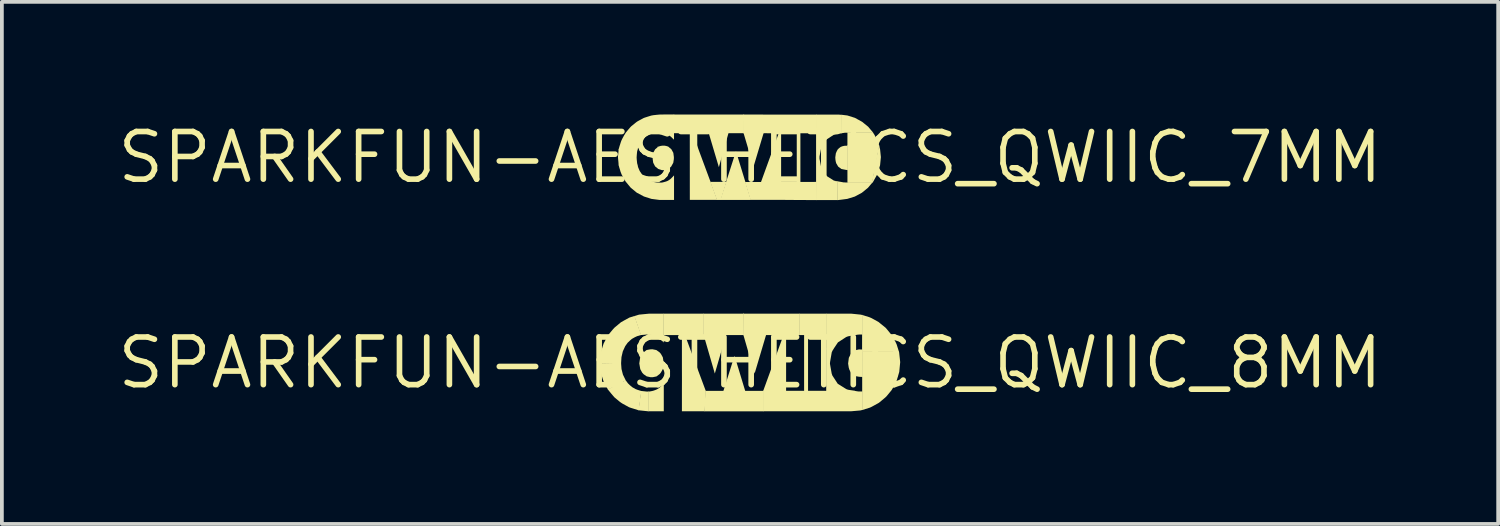
<source format=kicad_pcb>
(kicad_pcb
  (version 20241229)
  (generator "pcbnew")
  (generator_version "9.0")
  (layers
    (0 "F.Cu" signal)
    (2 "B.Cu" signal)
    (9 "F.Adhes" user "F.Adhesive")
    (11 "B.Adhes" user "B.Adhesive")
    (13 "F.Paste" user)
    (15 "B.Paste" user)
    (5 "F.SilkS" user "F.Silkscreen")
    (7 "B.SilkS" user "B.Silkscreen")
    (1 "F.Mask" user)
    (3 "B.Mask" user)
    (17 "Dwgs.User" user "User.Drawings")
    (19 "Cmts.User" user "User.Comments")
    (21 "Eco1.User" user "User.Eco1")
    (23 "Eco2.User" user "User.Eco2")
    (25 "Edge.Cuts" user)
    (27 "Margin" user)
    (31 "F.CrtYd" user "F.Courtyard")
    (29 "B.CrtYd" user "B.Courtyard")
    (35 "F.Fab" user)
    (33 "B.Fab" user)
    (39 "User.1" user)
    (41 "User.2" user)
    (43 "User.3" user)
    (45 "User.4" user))
  (footprint "SPARKFUN-AESTHETICS_QWIIC_8MM"
    (layer "F.Cu")
    (at 16.941 6.622)
    (property "Reference" "SPARKFUN-AESTHETICS_QWIIC_8MM" (at 0 0 0) (layer "F.SilkS") (effects (font (size 1.27 1.27) (thickness 0.15))))
    (fp_poly (pts (xy 0.121 0.286) (xy -0.179 -0.75) (xy 0.429 -0.75)) (stroke (width 0) (type default)) (fill yes) (layer "F.SilkS"))
    (fp_poly (pts (xy -1.231 -0.741) (xy -2.309 -0.741) (xy -2.309 -1.312) (xy -1.231 -1.312)) (stroke (width 0) (type default)) (fill yes) (layer "F.SilkS"))
    (fp_poly (pts (xy -0.407 -0.169) (xy -0.127 0.754) (xy -0.712 0.754) (xy -0.417 -0.179)) (stroke (width 0) (type default)) (fill yes) (layer "F.SilkS"))
    (fp_poly (pts (xy 1.546 0.755) (xy 1.441 0.755) (xy 1.441 -0.752) (xy 1.546 -0.752)) (stroke (width 0) (type default)) (fill yes) (layer "F.SilkS"))
    (fp_poly (pts (xy 2.037 -0.742) (xy 1.315 -0.742) (xy 1.314 -1.311) (xy 2.036 -1.311)) (stroke (width 0) (type default)) (fill yes) (layer "F.SilkS"))
    (fp_poly (pts (xy -0.939 0.284) (xy -1.144 -0.424) (xy -1.144 -0.424) (xy -1.239 -0.751) (xy -0.637 -0.751)) (stroke (width 0) (type default)) (fill yes) (layer "F.SilkS"))
    (fp_poly (pts (xy -0.172 -1.311) (xy 1.325 -1.311) (xy 1.325 -0.741) (xy -0.183 -0.741) (xy -0.183 -1.338)) (stroke (width 0) (type default)) (fill yes) (layer "F.SilkS"))
    (fp_poly (pts (xy 0.371 1.291) (xy -1.218 1.291) (xy -1.19 0.75) (xy -1.186 0.746) (xy 0.371 0.746)) (stroke (width 0) (type default)) (fill yes) (layer "F.SilkS"))
    (fp_poly (pts (xy 0.961 -0.751) (xy 0.961 0.757) (xy 0.347 0.757) (xy 0.894 -0.748) (xy 0.897 -0.752)) (stroke (width 0) (type default)) (fill yes) (layer "F.SilkS"))
    (fp_poly (pts (xy -0.168 -0.742) (xy -1.24 -0.742) (xy -1.24 -1.3) (xy -1.244 -1.3) (xy -1.244 -1.312) (xy -0.173 -1.312)) (stroke (width 0) (type default)) (fill yes) (layer "F.SilkS"))
    (fp_poly (pts (xy -2.746 0.765) (xy -2.705 0.763) (xy -2.705 0.776) (xy -2.706 0.776) (xy -2.706 1.291) (xy -2.973 1.263) (xy -2.905 0.748)) (stroke (width 0) (type default)) (fill yes) (layer "F.SilkS"))
    (fp_poly (pts (xy -1.179 0.75) (xy -1.208 1.29) (xy -1.816 1.29) (xy -1.816 0.74) (xy -1.815 0.467) (xy -1.816 0.111) (xy -1.816 -0.749) (xy -1.737 -0.749)) (stroke (width 0) (type default)) (fill yes) (layer "F.SilkS"))
    (fp_poly (pts (xy 2.996 -0.315) (xy 3.963 -0.316) (xy 3.974 -0.279) (xy 4.002 -0.02) (xy 3.977 0.24) (xy 3.937 0.377) (xy 2.987 0.378) (xy 2.987 -0.32)) (stroke (width 0) (type default)) (fill yes) (layer "F.SilkS"))
    (fp_poly (pts (xy 2.806 -0.741) (xy 2.613 -0.708) (xy 2.562 -0.689) (xy 2.343 -0.547) (xy 2.222 -0.367) (xy 2.03 -0.367) (xy 2.03 -0.747) (xy 2.035 -0.752) (xy 2.805 -0.752)) (stroke (width 0) (type default)) (fill yes) (layer "F.SilkS"))
    (fp_poly (pts (xy 2.942 -1.287) (xy 2.995 -1.276) (xy 2.996 -0.756) (xy 2.92 -0.756) (xy 2.867 -0.752) (xy 2.804 -0.741) (xy 2.027 -0.741) (xy 2.027 -1.311) (xy 2.706 -1.311)) (stroke (width 0) (type default)) (fill yes) (layer "F.SilkS"))
    (fp_poly (pts (xy -3.426 0.164) (xy -3.388 0.313) (xy -3.312 0.469) (xy -3.786 0.715) (xy -3.812 0.666) (xy -3.842 0.612) (xy -3.883 0.537) (xy -3.91 0.478) (xy -3.911 0.475) (xy -3.973 0.277) (xy -3.983 0.221) (xy -4.005 0.011) (xy -3.438 -0.001)) (stroke (width 0) (type default)) (fill yes) (layer "F.SilkS"))
    (fp_poly (pts (xy 2.047 0.745) (xy 2.783 0.745) (xy 2.849 0.756) (xy 2.883 0.761) (xy 2.914 0.762) (xy 3 0.762) (xy 3 1.253) (xy 2.94 1.268) (xy 2.687 1.29) (xy 0.362 1.29) (xy 0.362 0.751) (xy 0.362 0.744) (xy 1.587 0.744)) (stroke (width 0) (type default)) (fill yes) (layer "F.SilkS"))
    (fp_poly (pts (xy 2.997 -1.275) (xy 3.18 -1.218) (xy 3.236 -1.194) (xy 3.42 -1.093) (xy 3.615 -0.935) (xy 3.693 -0.842) (xy 3.782 -0.732) (xy 3.822 -0.661) (xy 3.871 -0.571) (xy 3.907 -0.494) (xy 3.966 -0.306) (xy 2.986 -0.305) (xy 2.987 -0.745) (xy 2.987 -1.285)) (stroke (width 0) (type default)) (fill yes) (layer "F.SilkS"))
    (fp_poly (pts (xy 2.228 -0.377) (xy 2.201 -0.331) (xy 2.178 -0.283) (xy 2.133 -0.025) (xy 2.13 0.026) (xy 2.176 0.284) (xy 2.194 0.337) (xy 2.337 0.556) (xy 2.561 0.697) (xy 2.61 0.715) (xy 2.799 0.747) (xy 2.798 0.758) (xy 2.03 0.758) (xy 2.03 -0.378) (xy 2.037 -0.378)) (stroke (width 0) (type default)) (fill yes) (layer "F.SilkS"))
    (fp_poly (pts (xy 2.994 -0.356) (xy 2.997 -0.349) (xy 2.996 0.374) (xy 2.939 0.373) (xy 2.894 0.368) (xy 2.834 0.357) (xy 2.783 0.341) (xy 2.696 0.272) (xy 2.649 0.185) (xy 2.631 0.128) (xy 2.614 0.017) (xy 2.633 -0.135) (xy 2.68 -0.228) (xy 2.716 -0.274) (xy 2.801 -0.336) (xy 2.903 -0.359)) (stroke (width 0) (type default)) (fill yes) (layer "F.SilkS"))
    (fp_poly (pts (xy 3.9 0.497) (xy 3.827 0.631) (xy 3.799 0.683) (xy 3.77 0.73) (xy 3.727 0.782) (xy 3.727 0.782) (xy 3.639 0.889) (xy 3.604 0.923) (xy 3.566 0.955) (xy 3.436 1.063) (xy 3.244 1.169) (xy 3.196 1.192) (xy 2.989 1.257) (xy 2.989 0.371) (xy 2.993 0.367) (xy 3.94 0.367)) (stroke (width 0) (type default)) (fill yes) (layer "F.SilkS"))
    (fp_poly (pts (xy -2.299 1.29) (xy -2.715 1.29) (xy -2.715 0.764) (xy -2.685 0.763) (xy -2.66 0.759) (xy -2.615 0.751) (xy -2.582 0.743) (xy -2.549 0.732) (xy -2.514 0.719) (xy -2.489 0.708) (xy -2.451 0.688) (xy -2.43 0.673) (xy -2.408 0.657) (xy -2.386 0.637) (xy -2.354 0.607) (xy -2.331 0.582) (xy -2.318 0.567) (xy -2.299 0.543)) (stroke (width 0) (type default)) (fill yes) (layer "F.SilkS"))
    (fp_poly (pts (xy -2.3 -0.543) (xy -2.348 -0.59) (xy -2.348 -0.59) (xy -2.378 -0.619) (xy -2.417 -0.65) (xy -2.449 -0.675) (xy -2.492 -0.698) (xy -2.542 -0.719) (xy -2.586 -0.734) (xy -2.608 -0.739) (xy -2.645 -0.746) (xy -2.698 -0.753) (xy -2.746 -0.756) (xy -2.906 -0.742) (xy -2.912 -0.748) (xy -3.087 -1.247) (xy -2.958 -1.286) (xy -2.7 -1.311) (xy -2.3 -1.311)) (stroke (width 0) (type default)) (fill yes) (layer "F.SilkS"))
    (fp_poly (pts (xy -3.257 0.542) (xy -3.205 0.593) (xy -3.141 0.647) (xy -3.104 0.668) (xy -3.053 0.697) (xy -2.996 0.719) (xy -2.938 0.737) (xy -2.902 0.748) (xy -2.897 0.753) (xy -2.964 1.265) (xy -3.14 1.21) (xy -3.174 1.2) (xy -3.227 1.181) (xy -3.408 1.081) (xy -3.451 1.052) (xy -3.484 1.027) (xy -3.575 0.951) (xy -3.618 0.915) (xy -3.694 0.826) (xy -3.764 0.74) (xy -3.792 0.706) (xy -3.315 0.462)) (stroke (width 0) (type default)) (fill yes) (layer "F.SilkS"))
    (fp_poly (pts (xy -2.497 -0.342) (xy -2.413 -0.282) (xy -2.378 -0.243) (xy -2.325 -0.149) (xy -2.3 0.005) (xy -2.323 0.162) (xy -2.375 0.256) (xy -2.409 0.297) (xy -2.493 0.361) (xy -2.594 0.382) (xy -2.651 0.382) (xy -2.755 0.359) (xy -2.837 0.302) (xy -2.875 0.26) (xy -2.926 0.167) (xy -2.952 0.014) (xy -2.929 -0.142) (xy -2.878 -0.236) (xy -2.844 -0.277) (xy -2.762 -0.339) (xy -2.762 -0.342) (xy -2.657 -0.361) (xy -2.602 -0.363)) (stroke (width 0) (type default)) (fill yes) (layer "F.SilkS"))
    (fp_poly (pts (xy -2.901 -0.744) (xy -3.009 -0.712) (xy -3.068 -0.685) (xy -3.148 -0.64) (xy -3.191 -0.604) (xy -3.263 -0.536) (xy -3.327 -0.446) (xy -3.391 -0.307) (xy -3.427 -0.153) (xy -3.437 0.011) (xy -4.005 0.022) (xy -4.005 0.015) (xy -4.003 -0.049) (xy -3.996 -0.115) (xy -3.982 -0.244) (xy -3.964 -0.322) (xy -3.922 -0.457) (xy -3.903 -0.515) (xy -3.85 -0.616) (xy -3.794 -0.715) (xy -3.771 -0.753) (xy -3.719 -0.817) (xy -3.652 -0.897) (xy -3.608 -0.944) (xy -3.522 -1.015) (xy -3.522 -1.015) (xy -3.442 -1.082) (xy -3.35 -1.134) (xy -3.217 -1.207) (xy -3.079 -1.251)) (stroke (width 0) (type default)) (fill yes) (layer "F.SilkS")))
  (footprint "SPARKFUN-AESTHETICS_QWIIC_7MM"
    (layer "F.Cu")
    (at 16.941 1.145)
    (property "Reference" "SPARKFUN-AESTHETICS_QWIIC_7MM" (at 0 0 0) (layer "F.SilkS") (effects (font (size 1.27 1.27) (thickness 0.15))))
    (fp_line (start -0.165 -1.136) (end -0.165 -0.65) (stroke (width 0.013) (type solid)) (layer "F.SilkS"))
    (fp_poly (pts (xy 0.022 1.133) (xy -0.792 1.133) (xy -0.375 -0.164)) (stroke (width 0) (type default)) (fill yes) (layer "F.SilkS"))
    (fp_poly (pts (xy -0.831 0.261) (xy -1.098 -0.638) (xy -1.102 -0.654) (xy -0.573 -0.654)) (stroke (width 0) (type default)) (fill yes) (layer "F.SilkS"))
    (fp_poly (pts (xy 1.255 -0.652) (xy 1.342 -0.652) (xy 1.342 0.664) (xy 1.245 0.664) (xy 1.245 -0.662)) (stroke (width 0) (type default)) (fill yes) (layer "F.SilkS"))
    (fp_poly (pts (xy 2.606 -0.31) (xy 3.444 -0.311) (xy 3.255 0.679) (xy 2.596 0.678) (xy 2.595 -0.333)) (stroke (width 0) (type default)) (fill yes) (layer "F.SilkS"))
    (fp_poly (pts (xy -1.989 -1.142) (xy -0.161 -1.142) (xy -0.162 -0.645) (xy -2.033 -0.645) (xy -2.033 -1.144) (xy -2.026 -1.144)) (stroke (width 0) (type default)) (fill yes) (layer "F.SilkS"))
    (fp_poly (pts (xy -1.369 -0.201) (xy -0.875 1.132) (xy -1.605 1.132) (xy -1.606 -0.545) (xy -1.606 -0.655) (xy -1.531 -0.655)) (stroke (width 0) (type default)) (fill yes) (layer "F.SilkS"))
    (fp_poly (pts (xy -0.779 1.133) (xy -0.884 1.133) (xy -1.043 0.706) (xy -1.06 0.661) (xy -1.06 0.653) (xy -0.628 0.653)) (stroke (width 0) (type default)) (fill yes) (layer "F.SilkS"))
    (fp_poly (pts (xy 0.36 -0.643) (xy 0.093 0.248) (xy -0.172 -0.645) (xy -0.166 -0.647) (xy -0.166 -0.652) (xy 0.363 -0.655)) (stroke (width 0) (type default)) (fill yes) (layer "F.SilkS"))
    (fp_poly (pts (xy 1.768 -1.14) (xy 1.768 -0.643) (xy 0.844 -0.643) (xy 0.419 -0.644) (xy -0.169 -0.643) (xy -0.169 -1.142)) (stroke (width 0) (type default)) (fill yes) (layer "F.SilkS"))
    (fp_poly (pts (xy 0.828 0.665) (xy 0.289 0.665) (xy 0.427 0.284) (xy 0.607 -0.211) (xy 0.607 -0.211) (xy 0.768 -0.654) (xy 0.828 -0.654)) (stroke (width 0) (type default)) (fill yes) (layer "F.SilkS"))
    (fp_poly (pts (xy 2.338 0.64) (xy 2.338 1.137) (xy 1.759 1.137) (xy 1.759 0.659) (xy 1.763 0.655) (xy 2.267 0.654) (xy 2.267 0.626)) (stroke (width 0) (type default)) (fill yes) (layer "F.SilkS"))
    (fp_poly (pts (xy 2.394 -1.138) (xy 2.42 -1.136) (xy 2.449 -1.134) (xy 2.45 -0.646) (xy 1.758 -0.645) (xy 1.758 -1.14) (xy 2.368 -1.14)) (stroke (width 0) (type default)) (fill yes) (layer "F.SilkS"))
    (fp_poly (pts (xy 1.771 0.803) (xy 1.78 1.138) (xy 1.197 1.135) (xy 0.814 1.132) (xy 0.011 1.132) (xy -0.136 0.655) (xy 1.087 0.655) (xy 1.768 0.653)) (stroke (width 0) (type default)) (fill yes) (layer "F.SilkS"))
    (fp_poly (pts (xy 3.273 -0.667) (xy 3.31 -0.611) (xy 3.38 -0.483) (xy 3.404 -0.43) (xy 3.444 -0.302) (xy 2.595 -0.301) (xy 2.596 -0.659) (xy 2.591 -0.668)) (stroke (width 0) (type default)) (fill yes) (layer "F.SilkS"))
    (fp_poly (pts (xy 2.595 -1.117) (xy 2.795 -1.054) (xy 2.986 -0.949) (xy 3.148 -0.818) (xy 3.283 -0.658) (xy 2.533 -0.658) (xy 2.442 -0.644) (xy 2.441 -1.128) (xy 2.441 -1.136)) (stroke (width 0) (type default)) (fill yes) (layer "F.SilkS"))
    (fp_poly (pts (xy 3.466 -0.214) (xy 3.487 -0.007) (xy 3.466 0.208) (xy 3.406 0.413) (xy 3.387 0.46) (xy 3.283 0.646) (xy 3.241 0.694) (xy 3.431 -0.306) (xy 3.442 -0.316)) (stroke (width 0) (type default)) (fill yes) (layer "F.SilkS"))
    (fp_poly (pts (xy 2.493 0.666) (xy 2.6 0.67) (xy 3.261 0.67) (xy 3.143 0.81) (xy 2.98 0.943) (xy 2.792 1.044) (xy 2.591 1.106) (xy 2.41 1.13) (xy 2.331 1.139) (xy 2.328 0.636)) (stroke (width 0) (type default)) (fill yes) (layer "F.SilkS"))
    (fp_poly (pts (xy 2.606 0.339) (xy 2.546 0.331) (xy 2.434 0.309) (xy 2.349 0.245) (xy 2.295 0.153) (xy 2.283 0.104) (xy 2.276 0.06) (xy 2.272 -0.000228) (xy 2.287 -0.109) (xy 2.31 -0.162) (xy 2.336 -0.211) (xy 2.372 -0.246) (xy 2.415 -0.279) (xy 2.463 -0.297) (xy 2.514 -0.309) (xy 2.596 -0.312) (xy 2.606 -0.317)) (stroke (width 0) (type default)) (fill yes) (layer "F.SilkS"))
    (fp_poly (pts (xy 2.451 -0.646) (xy 2.278 -0.616) (xy 2.228 -0.6) (xy 2.052 -0.486) (xy 2.016 -0.449) (xy 1.9 -0.27) (xy 1.851 -0.023) (xy 1.851 0.035) (xy 1.902 0.293) (xy 2.009 0.454) (xy 2.053 0.503) (xy 2.231 0.616) (xy 2.274 0.628) (xy 2.274 0.665) (xy 1.76 0.665) (xy 1.76 -0.649) (xy 1.762 -0.657) (xy 2.45 -0.657)) (stroke (width 0) (type default)) (fill yes) (layer "F.SilkS"))
    (fp_poly (pts (xy -2.996 -0.208) (xy -3.009 -0.159) (xy -3.013 -0.127) (xy -3.018 -0.073) (xy -3.022 -0.015) (xy -3.023 0.006) (xy -3.021 0.034) (xy -3.019 0.065) (xy -3.013 0.123) (xy -3.01 0.148) (xy -3.006 0.171) (xy -2.996 0.209) (xy -3.502 0.209) (xy -3.509 0.113) (xy -3.511 0.098) (xy -3.513 0.075) (xy -3.516 0.046) (xy -3.518 0.016) (xy -3.52 -0.005) (xy -3.519 -0.035) (xy -3.515 -0.071) (xy -3.511 -0.11) (xy -3.508 -0.143) (xy -3.502 -0.215)) (stroke (width 0) (type default)) (fill yes) (layer "F.SilkS"))
    (fp_poly (pts (xy -2.233 -0.304) (xy -2.181 -0.288) (xy -2.096 -0.215) (xy -2.045 -0.122) (xy -2.03 -0.009) (xy -2.031 0.046) (xy -2.046 0.143) (xy -2.103 0.246) (xy -2.182 0.31) (xy -2.231 0.327) (xy -2.285 0.339) (xy -2.35 0.339) (xy -2.446 0.308) (xy -2.53 0.24) (xy -2.581 0.142) (xy -2.595 0.042) (xy -2.596 -0.025) (xy -2.583 -0.119) (xy -2.531 -0.214) (xy -2.459 -0.275) (xy -2.484 -0.275) (xy -2.387 -0.305) (xy -2.342 -0.312) (xy -2.281 -0.313)) (stroke (width 0) (type default)) (fill yes) (layer "F.SilkS"))
    (fp_poly (pts (xy -2.991 0.231) (xy -2.982 0.266) (xy -2.94 0.364) (xy -2.866 0.473) (xy -2.787 0.549) (xy -2.749 0.578) (xy -2.696 0.607) (xy -2.658 0.624) (xy -2.626 0.636) (xy -2.589 0.648) (xy -2.561 0.656) (xy -2.527 0.662) (xy -2.487 0.668) (xy -2.447 0.67) (xy -2.409 0.672) (xy -2.367 0.672) (xy -2.332 0.668) (xy -2.304 0.661) (xy -2.239 0.643) (xy -2.196 0.626) (xy -2.159 0.604) (xy -2.13 0.584) (xy -2.101 0.558) (xy -2.073 0.529) (xy -2.026 0.48) (xy -2.026 1.134) (xy -2.413 1.134) (xy -2.628 1.106) (xy -2.828 1.042) (xy -3.018 0.941) (xy -3.182 0.806) (xy -3.319 0.64) (xy -3.422 0.458) (xy -3.436 0.422) (xy -3.452 0.381) (xy -3.47 0.319) (xy -3.485 0.272) (xy -3.503 0.2) (xy -2.998 0.199)) (stroke (width 0) (type default)) (fill yes) (layer "F.SilkS"))
    (fp_poly (pts (xy -2.027 -0.472) (xy -2.065 -0.508) (xy -2.086 -0.529) (xy -2.113 -0.554) (xy -2.145 -0.577) (xy -2.174 -0.593) (xy -2.212 -0.613) (xy -2.237 -0.624) (xy -2.281 -0.638) (xy -2.325 -0.648) (xy -2.355 -0.652) (xy -2.416 -0.655) (xy -2.474 -0.654) (xy -2.535 -0.648) (xy -2.577 -0.64) (xy -2.632 -0.625) (xy -2.689 -0.602) (xy -2.742 -0.573) (xy -2.788 -0.543) (xy -2.82 -0.514) (xy -2.862 -0.475) (xy -2.901 -0.423) (xy -2.936 -0.367) (xy -2.96 -0.316) (xy -2.979 -0.268) (xy -2.989 -0.237) (xy -2.999 -0.198) (xy -3.377 -0.197) (xy -3.412 -0.189) (xy -3.503 -0.192) (xy -3.499 -0.23) (xy -3.49 -0.257) (xy -3.484 -0.28) (xy -3.477 -0.304) (xy -3.466 -0.337) (xy -3.449 -0.392) (xy -3.431 -0.443) (xy -3.406 -0.496) (xy -3.379 -0.546) (xy -3.379 -0.546) (xy -3.358 -0.585) (xy -3.331 -0.629) (xy -3.31 -0.662) (xy -3.294 -0.681) (xy -3.262 -0.721) (xy -3.235 -0.753) (xy -3.192 -0.803) (xy -3.169 -0.827) (xy -3.138 -0.852) (xy -3.108 -0.876) (xy -3.08 -0.899) (xy -3.051 -0.923) (xy -3.012 -0.953) (xy -2.968 -0.978) (xy -2.923 -1.002) (xy -2.875 -1.028) (xy -2.836 -1.049) (xy -2.81 -1.059) (xy -2.791 -1.065) (xy -2.729 -1.085) (xy -2.69 -1.097) (xy -2.69 -1.097) (xy -2.636 -1.114) (xy -2.576 -1.125) (xy -2.485 -1.135) (xy -2.395 -1.143) (xy -2.344 -1.143) (xy -2.024 -1.145)) (stroke (width 0) (type default)) (fill yes) (layer "F.SilkS")))
  (gr_rect
    (start -3 -3)
    (end 36.881 10.914)
    (stroke (width 0.1) (type default))
    (fill no)
    (layer "Edge.Cuts")))
</source>
